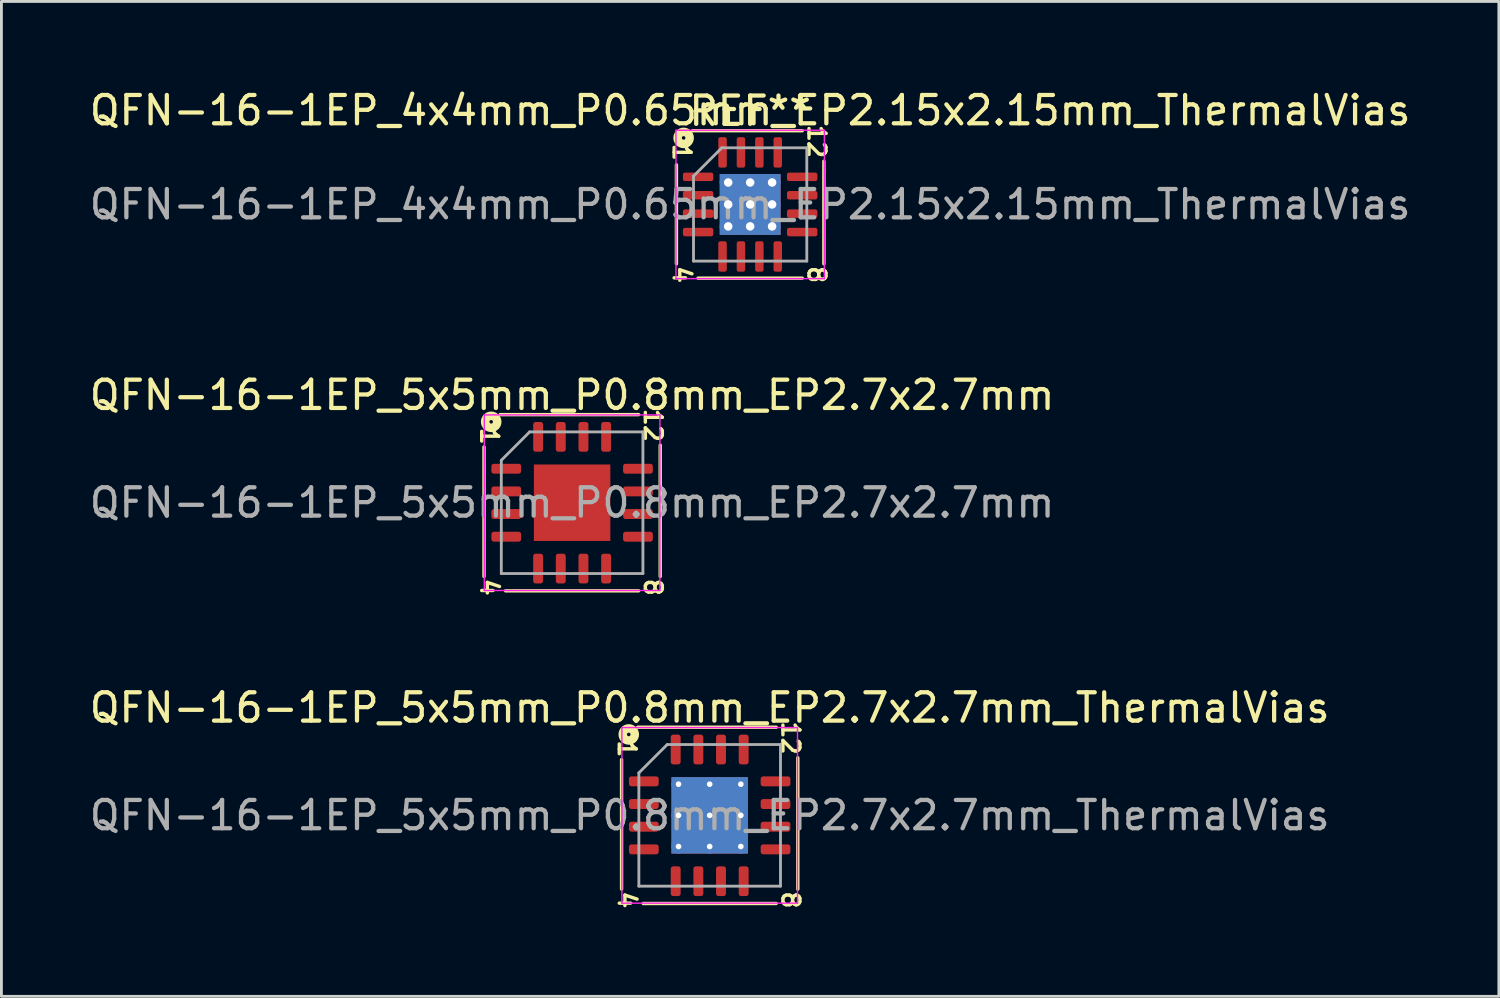
<source format=kicad_pcb>
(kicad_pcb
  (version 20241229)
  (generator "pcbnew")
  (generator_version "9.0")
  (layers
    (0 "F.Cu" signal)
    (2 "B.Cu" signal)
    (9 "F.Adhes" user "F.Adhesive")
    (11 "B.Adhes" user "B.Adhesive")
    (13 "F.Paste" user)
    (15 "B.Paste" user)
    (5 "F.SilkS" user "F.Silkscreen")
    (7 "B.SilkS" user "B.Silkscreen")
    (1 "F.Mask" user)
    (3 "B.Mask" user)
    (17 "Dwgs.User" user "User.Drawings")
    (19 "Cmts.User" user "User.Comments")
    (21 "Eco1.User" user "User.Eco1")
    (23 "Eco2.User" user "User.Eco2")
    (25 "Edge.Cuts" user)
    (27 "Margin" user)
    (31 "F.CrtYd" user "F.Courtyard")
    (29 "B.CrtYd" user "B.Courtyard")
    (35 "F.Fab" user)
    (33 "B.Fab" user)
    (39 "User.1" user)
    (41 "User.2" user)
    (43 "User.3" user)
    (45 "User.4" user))
  (footprint "QFN-16-1EP_4x4mm_P0.65mm_EP2.15x2.15mm_ThermalVias"
    (layer "F.Cu")
    (at 23.435 4.168)
    (property "Reference" "QFN-16-1EP_4x4mm_P0.65mm_EP2.15x2.15mm_ThermalVias" (at 0 -3.32 0) (layer "F.SilkS") (effects (font (size 1 1) (thickness 0.15))))
    (attr smd)
    (fp_line (start -2.603 -1.397) (end -2.603 2.095) (stroke (width 0.12) (type solid)) (layer "F.SilkS"))
    (fp_line (start -1.841 2.603) (end 1.841 2.603) (stroke (width 0.12) (type solid)) (layer "F.SilkS"))
    (fp_line (start 1.841 -2.603) (end -2.032 -2.603) (stroke (width 0.12) (type solid)) (layer "F.SilkS"))
    (fp_line (start 2.603 2.095) (end 2.603 -1.524) (stroke (width 0.12) (type solid)) (layer "F.SilkS"))
    (fp_circle (center -2.349 -2.349) (end -2.286 -2.349) (stroke (width 0.3) (type solid)) (fill no) (layer "F.SilkS"))
    (fp_line (start -2.62 -2.62) (end -2.62 2.62) (stroke (width 0.05) (type solid)) (layer "F.CrtYd"))
    (fp_line (start -2.62 2.62) (end 2.62 2.62) (stroke (width 0.05) (type solid)) (layer "F.CrtYd"))
    (fp_line (start 2.62 -2.62) (end -2.62 -2.62) (stroke (width 0.05) (type solid)) (layer "F.CrtYd"))
    (fp_line (start 2.62 2.62) (end 2.62 -2.62) (stroke (width 0.05) (type solid)) (layer "F.CrtYd"))
    (fp_line (start -2 -1) (end -1 -2) (stroke (width 0.1) (type solid)) (layer "F.Fab"))
    (fp_line (start -2 2) (end -2 -1) (stroke (width 0.1) (type solid)) (layer "F.Fab"))
    (fp_line (start -1 -2) (end 2 -2) (stroke (width 0.1) (type solid)) (layer "F.Fab"))
    (fp_line (start 2 -2) (end 2 2) (stroke (width 0.1) (type solid)) (layer "F.Fab"))
    (fp_line (start 2 2) (end -2 2) (stroke (width 0.1) (type solid)) (layer "F.Fab"))
    (fp_text user "8" (at 2.349 2.477 270) (unlocked yes) (layer "F.SilkS") (effects (font (size 0.6 0.6) (thickness 0.12))))
    (fp_text user "REF**" (at 0 -3.3 0) (layer "F.SilkS") (effects (font (size 1 1) (thickness 0.15))))
    (fp_text user "4" (at -2.413 2.477 270) (unlocked yes) (layer "F.SilkS") (effects (font (size 0.6 0.6) (thickness 0.12))))
    (fp_text user "12" (at 2.349 -2.223 270) (unlocked yes) (layer "F.SilkS") (effects (font (size 0.6 0.6) (thickness 0.12))))
    (fp_text user "1" (at -2.413 -1.841 270) (unlocked yes) (layer "F.SilkS") (effects (font (size 0.6 0.6) (thickness 0.12))))
    (fp_text user "${REFERENCE}" (at 0 0 0) (layer "F.Fab") (effects (font (size 1 1) (thickness 0.15))))
    (pad "" smd roundrect (at -0.54 -0.54) (size 0.93 0.93) (layers "F.Paste") (roundrect_rratio 0.25))
    (pad "" smd roundrect (at -0.54 0.54) (size 0.93 0.93) (layers "F.Paste") (roundrect_rratio 0.25))
    (pad "" smd roundrect (at 0.54 -0.54) (size 0.93 0.93) (layers "F.Paste") (roundrect_rratio 0.25))
    (pad "" smd roundrect (at 0.54 0.54) (size 0.93 0.93) (layers "F.Paste") (roundrect_rratio 0.25))
    (pad "1" smd roundrect (at -1.837 -0.975) (size 1.075 0.3) (layers "F.Cu" "F.Mask" "F.Paste") (roundrect_rratio 0.25))
    (pad "2" smd roundrect (at -1.837 -0.325) (size 1.075 0.3) (layers "F.Cu" "F.Mask" "F.Paste") (roundrect_rratio 0.25))
    (pad "3" smd roundrect (at -1.837 0.325) (size 1.075 0.3) (layers "F.Cu" "F.Mask" "F.Paste") (roundrect_rratio 0.25))
    (pad "4" smd roundrect (at -1.837 0.975) (size 1.075 0.3) (layers "F.Cu" "F.Mask" "F.Paste") (roundrect_rratio 0.25))
    (pad "5" smd roundrect (at -0.975 1.837) (size 0.3 1.075) (layers "F.Cu" "F.Mask" "F.Paste") (roundrect_rratio 0.25))
    (pad "6" smd roundrect (at -0.325 1.837) (size 0.3 1.075) (layers "F.Cu" "F.Mask" "F.Paste") (roundrect_rratio 0.25))
    (pad "7" smd roundrect (at 0.325 1.837) (size 0.3 1.075) (layers "F.Cu" "F.Mask" "F.Paste") (roundrect_rratio 0.25))
    (pad "8" smd roundrect (at 0.975 1.837) (size 0.3 1.075) (layers "F.Cu" "F.Mask" "F.Paste") (roundrect_rratio 0.25))
    (pad "9" smd roundrect (at 1.837 0.975) (size 1.075 0.3) (layers "F.Cu" "F.Mask" "F.Paste") (roundrect_rratio 0.25))
    (pad "10" smd roundrect (at 1.837 0.325) (size 1.075 0.3) (layers "F.Cu" "F.Mask" "F.Paste") (roundrect_rratio 0.25))
    (pad "11" smd roundrect (at 1.837 -0.325) (size 1.075 0.3) (layers "F.Cu" "F.Mask" "F.Paste") (roundrect_rratio 0.25))
    (pad "12" smd roundrect (at 1.837 -0.975) (size 1.075 0.3) (layers "F.Cu" "F.Mask" "F.Paste") (roundrect_rratio 0.25))
    (pad "13" smd roundrect (at 0.975 -1.837) (size 0.3 1.075) (layers "F.Cu" "F.Mask" "F.Paste") (roundrect_rratio 0.25))
    (pad "14" smd roundrect (at 0.325 -1.837) (size 0.3 1.075) (layers "F.Cu" "F.Mask" "F.Paste") (roundrect_rratio 0.25))
    (pad "15" smd roundrect (at -0.325 -1.837) (size 0.3 1.075) (layers "F.Cu" "F.Mask" "F.Paste") (roundrect_rratio 0.25))
    (pad "16" smd roundrect (at -0.975 -1.837) (size 0.3 1.075) (layers "F.Cu" "F.Mask" "F.Paste") (roundrect_rratio 0.25))
    (pad "17" thru_hole circle (at -0.775 -0.775) (size 0.6 0.6) (drill 0.3) (layers "*.Cu"))
    (pad "17" thru_hole circle (at -0.775 0) (size 0.6 0.6) (drill 0.3) (layers "*.Cu"))
    (pad "17" thru_hole circle (at -0.775 0.775) (size 0.6 0.6) (drill 0.3) (layers "*.Cu"))
    (pad "17" thru_hole circle (at 0 -0.775) (size 0.6 0.6) (drill 0.3) (layers "*.Cu"))
    (pad "17" thru_hole circle (at 0 0) (size 0.6 0.6) (drill 0.3) (layers "*.Cu"))
    (pad "17" smd rect (at 0 0) (size 2.15 2.15) (layers "F.Cu" "F.Mask"))
    (pad "17" smd rect (at 0 0) (size 2.15 2.15) (layers "B.Cu" "B.Mask"))
    (pad "17" thru_hole circle (at 0 0.775) (size 0.6 0.6) (drill 0.3) (layers "*.Cu"))
    (pad "17" thru_hole circle (at 0.775 -0.775) (size 0.6 0.6) (drill 0.3) (layers "*.Cu"))
    (pad "17" thru_hole circle (at 0.775 0) (size 0.6 0.6) (drill 0.3) (layers "*.Cu"))
    (pad "17" thru_hole circle (at 0.775 0.775) (size 0.6 0.6) (drill 0.3) (layers "*.Cu")))
  (footprint "QFN-16-1EP_5x5mm_P0.8mm_EP2.7x2.7mm"
    (layer "F.Cu")
    (at 17.149 14.699)
    (property "Reference" "QFN-16-1EP_5x5mm_P0.8mm_EP2.7x2.7mm" (at 0 -3.8 0) (layer "F.SilkS") (effects (font (size 1 1) (thickness 0.15))))
    (attr smd)
    (fp_line (start -3.111 -1.968) (end -3.111 2.603) (stroke (width 0.12) (type solid)) (layer "F.SilkS"))
    (fp_line (start -2.349 3.111) (end 2.349 3.111) (stroke (width 0.12) (type solid)) (layer "F.SilkS"))
    (fp_line (start 2.349 -3.111) (end -2.54 -3.111) (stroke (width 0.12) (type solid)) (layer "F.SilkS"))
    (fp_line (start 3.111 2.603) (end 3.111 -2.032) (stroke (width 0.12) (type solid)) (layer "F.SilkS"))
    (fp_circle (center -2.857 -2.857) (end -2.794 -2.857) (stroke (width 0.3) (type solid)) (fill no) (layer "F.SilkS"))
    (fp_line (start -3.1 -3.1) (end -3.1 3.1) (stroke (width 0.05) (type solid)) (layer "F.CrtYd"))
    (fp_line (start -3.1 3.1) (end 3.1 3.1) (stroke (width 0.05) (type solid)) (layer "F.CrtYd"))
    (fp_line (start 3.1 -3.1) (end -3.1 -3.1) (stroke (width 0.05) (type solid)) (layer "F.CrtYd"))
    (fp_line (start 3.1 3.1) (end 3.1 -3.1) (stroke (width 0.05) (type solid)) (layer "F.CrtYd"))
    (fp_line (start -2.5 -1.5) (end -1.5 -2.5) (stroke (width 0.1) (type solid)) (layer "F.Fab"))
    (fp_line (start -2.5 2.5) (end -2.5 -1.5) (stroke (width 0.1) (type solid)) (layer "F.Fab"))
    (fp_line (start -1.5 -2.5) (end 2.5 -2.5) (stroke (width 0.1) (type solid)) (layer "F.Fab"))
    (fp_line (start 2.5 -2.5) (end 2.5 2.5) (stroke (width 0.1) (type solid)) (layer "F.Fab"))
    (fp_line (start 2.5 2.5) (end -2.5 2.5) (stroke (width 0.1) (type solid)) (layer "F.Fab"))
    (fp_text user "1" (at -2.921 -2.349 270) (unlocked yes) (layer "F.SilkS") (effects (font (size 0.6 0.6) (thickness 0.12))))
    (fp_text user "12" (at 2.857 -2.731 270) (unlocked yes) (layer "F.SilkS") (effects (font (size 0.6 0.6) (thickness 0.12))))
    (fp_text user "4" (at -2.921 2.985 270) (unlocked yes) (layer "F.SilkS") (effects (font (size 0.6 0.6) (thickness 0.12))))
    (fp_text user "8" (at 2.857 2.985 270) (unlocked yes) (layer "F.SilkS") (effects (font (size 0.6 0.6) (thickness 0.12))))
    (fp_text user "${REFERENCE}" (at 0 0 0) (layer "F.Fab") (effects (font (size 1 1) (thickness 0.15))))
    (pad "" smd roundrect (at -0.675 -0.675) (size 1.09 1.09) (layers "F.Paste") (roundrect_rratio 0.229))
    (pad "" smd roundrect (at -0.675 0.675) (size 1.09 1.09) (layers "F.Paste") (roundrect_rratio 0.229))
    (pad "" smd roundrect (at 0.675 -0.675) (size 1.09 1.09) (layers "F.Paste") (roundrect_rratio 0.229))
    (pad "" smd roundrect (at 0.675 0.675) (size 1.09 1.09) (layers "F.Paste") (roundrect_rratio 0.229))
    (pad "1" smd roundrect (at -2.325 -1.2) (size 1.05 0.35) (layers "F.Cu" "F.Mask" "F.Paste") (roundrect_rratio 0.25))
    (pad "2" smd roundrect (at -2.325 -0.4) (size 1.05 0.35) (layers "F.Cu" "F.Mask" "F.Paste") (roundrect_rratio 0.25))
    (pad "3" smd roundrect (at -2.325 0.4) (size 1.05 0.35) (layers "F.Cu" "F.Mask" "F.Paste") (roundrect_rratio 0.25))
    (pad "4" smd roundrect (at -2.325 1.2) (size 1.05 0.35) (layers "F.Cu" "F.Mask" "F.Paste") (roundrect_rratio 0.25))
    (pad "5" smd roundrect (at -1.2 2.325) (size 0.35 1.05) (layers "F.Cu" "F.Mask" "F.Paste") (roundrect_rratio 0.25))
    (pad "6" smd roundrect (at -0.4 2.325) (size 0.35 1.05) (layers "F.Cu" "F.Mask" "F.Paste") (roundrect_rratio 0.25))
    (pad "7" smd roundrect (at 0.4 2.325) (size 0.35 1.05) (layers "F.Cu" "F.Mask" "F.Paste") (roundrect_rratio 0.25))
    (pad "8" smd roundrect (at 1.2 2.325) (size 0.35 1.05) (layers "F.Cu" "F.Mask" "F.Paste") (roundrect_rratio 0.25))
    (pad "9" smd roundrect (at 2.325 1.2) (size 1.05 0.35) (layers "F.Cu" "F.Mask" "F.Paste") (roundrect_rratio 0.25))
    (pad "10" smd roundrect (at 2.325 0.4) (size 1.05 0.35) (layers "F.Cu" "F.Mask" "F.Paste") (roundrect_rratio 0.25))
    (pad "11" smd roundrect (at 2.325 -0.4) (size 1.05 0.35) (layers "F.Cu" "F.Mask" "F.Paste") (roundrect_rratio 0.25))
    (pad "12" smd roundrect (at 2.325 -1.2) (size 1.05 0.35) (layers "F.Cu" "F.Mask" "F.Paste") (roundrect_rratio 0.25))
    (pad "13" smd roundrect (at 1.2 -2.325) (size 0.35 1.05) (layers "F.Cu" "F.Mask" "F.Paste") (roundrect_rratio 0.25))
    (pad "14" smd roundrect (at 0.4 -2.325) (size 0.35 1.05) (layers "F.Cu" "F.Mask" "F.Paste") (roundrect_rratio 0.25))
    (pad "15" smd roundrect (at -0.4 -2.325) (size 0.35 1.05) (layers "F.Cu" "F.Mask" "F.Paste") (roundrect_rratio 0.25))
    (pad "16" smd roundrect (at -1.2 -2.325) (size 0.35 1.05) (layers "F.Cu" "F.Mask" "F.Paste") (roundrect_rratio 0.25))
    (pad "17" smd rect (at 0 0) (size 2.7 2.7) (layers "F.Cu" "F.Mask")))
  (footprint "QFN-16-1EP_5x5mm_P0.8mm_EP2.7x2.7mm_ThermalVias"
    (layer "F.Cu")
    (at 22.006 25.737)
    (property "Reference" "QFN-16-1EP_5x5mm_P0.8mm_EP2.7x2.7mm_ThermalVias" (at 0 -3.8 0) (layer "F.SilkS") (effects (font (size 1 1) (thickness 0.15))))
    (attr smd)
    (fp_line (start -3.111 -1.968) (end -3.111 2.603) (stroke (width 0.12) (type solid)) (layer "F.SilkS"))
    (fp_line (start -2.349 3.111) (end 2.349 3.111) (stroke (width 0.12) (type solid)) (layer "F.SilkS"))
    (fp_line (start 2.349 -3.111) (end -2.54 -3.111) (stroke (width 0.12) (type solid)) (layer "F.SilkS"))
    (fp_line (start 3.111 2.603) (end 3.111 -2.032) (stroke (width 0.12) (type solid)) (layer "F.SilkS"))
    (fp_circle (center -2.857 -2.857) (end -2.794 -2.857) (stroke (width 0.3) (type solid)) (fill no) (layer "F.SilkS"))
    (fp_line (start -3.1 -3.1) (end -3.1 3.1) (stroke (width 0.05) (type solid)) (layer "F.CrtYd"))
    (fp_line (start -3.1 3.1) (end 3.1 3.1) (stroke (width 0.05) (type solid)) (layer "F.CrtYd"))
    (fp_line (start 3.1 -3.1) (end -3.1 -3.1) (stroke (width 0.05) (type solid)) (layer "F.CrtYd"))
    (fp_line (start 3.1 3.1) (end 3.1 -3.1) (stroke (width 0.05) (type solid)) (layer "F.CrtYd"))
    (fp_line (start -2.5 -1.5) (end -1.5 -2.5) (stroke (width 0.1) (type solid)) (layer "F.Fab"))
    (fp_line (start -2.5 2.5) (end -2.5 -1.5) (stroke (width 0.1) (type solid)) (layer "F.Fab"))
    (fp_line (start -1.5 -2.5) (end 2.5 -2.5) (stroke (width 0.1) (type solid)) (layer "F.Fab"))
    (fp_line (start 2.5 -2.5) (end 2.5 2.5) (stroke (width 0.1) (type solid)) (layer "F.Fab"))
    (fp_line (start 2.5 2.5) (end -2.5 2.5) (stroke (width 0.1) (type solid)) (layer "F.Fab"))
    (fp_text user "12" (at 2.857 -2.731 270) (unlocked yes) (layer "F.SilkS") (effects (font (size 0.6 0.6) (thickness 0.12))))
    (fp_text user "8" (at 2.857 2.985 270) (unlocked yes) (layer "F.SilkS") (effects (font (size 0.6 0.6) (thickness 0.12))))
    (fp_text user "1" (at -2.921 -2.349 270) (unlocked yes) (layer "F.SilkS") (effects (font (size 0.6 0.6) (thickness 0.12))))
    (fp_text user "4" (at -2.921 2.985 270) (unlocked yes) (layer "F.SilkS") (effects (font (size 0.6 0.6) (thickness 0.12))))
    (fp_text user "${REFERENCE}" (at 0 0 0) (layer "F.Fab") (effects (font (size 1 1) (thickness 0.15))))
    (pad "" smd roundrect (at -0.675 -0.675) (size 1.17 1.17) (layers "F.Paste") (roundrect_rratio 0.214))
    (pad "" smd roundrect (at -0.675 0.675) (size 1.17 1.17) (layers "F.Paste") (roundrect_rratio 0.214))
    (pad "" smd roundrect (at 0.675 -0.675) (size 1.17 1.17) (layers "F.Paste") (roundrect_rratio 0.214))
    (pad "" smd roundrect (at 0.675 0.675) (size 1.17 1.17) (layers "F.Paste") (roundrect_rratio 0.214))
    (pad "1" smd roundrect (at -2.325 -1.2) (size 1.05 0.35) (layers "F.Cu" "F.Mask" "F.Paste") (roundrect_rratio 0.25))
    (pad "2" smd roundrect (at -2.325 -0.4) (size 1.05 0.35) (layers "F.Cu" "F.Mask" "F.Paste") (roundrect_rratio 0.25))
    (pad "3" smd roundrect (at -2.325 0.4) (size 1.05 0.35) (layers "F.Cu" "F.Mask" "F.Paste") (roundrect_rratio 0.25))
    (pad "4" smd roundrect (at -2.325 1.2) (size 1.05 0.35) (layers "F.Cu" "F.Mask" "F.Paste") (roundrect_rratio 0.25))
    (pad "5" smd roundrect (at -1.2 2.325) (size 0.35 1.05) (layers "F.Cu" "F.Mask" "F.Paste") (roundrect_rratio 0.25))
    (pad "6" smd roundrect (at -0.4 2.325) (size 0.35 1.05) (layers "F.Cu" "F.Mask" "F.Paste") (roundrect_rratio 0.25))
    (pad "7" smd roundrect (at 0.4 2.325) (size 0.35 1.05) (layers "F.Cu" "F.Mask" "F.Paste") (roundrect_rratio 0.25))
    (pad "8" smd roundrect (at 1.2 2.325) (size 0.35 1.05) (layers "F.Cu" "F.Mask" "F.Paste") (roundrect_rratio 0.25))
    (pad "9" smd roundrect (at 2.325 1.2) (size 1.05 0.35) (layers "F.Cu" "F.Mask" "F.Paste") (roundrect_rratio 0.25))
    (pad "10" smd roundrect (at 2.325 0.4) (size 1.05 0.35) (layers "F.Cu" "F.Mask" "F.Paste") (roundrect_rratio 0.25))
    (pad "11" smd roundrect (at 2.325 -0.4) (size 1.05 0.35) (layers "F.Cu" "F.Mask" "F.Paste") (roundrect_rratio 0.25))
    (pad "12" smd roundrect (at 2.325 -1.2) (size 1.05 0.35) (layers "F.Cu" "F.Mask" "F.Paste") (roundrect_rratio 0.25))
    (pad "13" smd roundrect (at 1.2 -2.325) (size 0.35 1.05) (layers "F.Cu" "F.Mask" "F.Paste") (roundrect_rratio 0.25))
    (pad "14" smd roundrect (at 0.4 -2.325) (size 0.35 1.05) (layers "F.Cu" "F.Mask" "F.Paste") (roundrect_rratio 0.25))
    (pad "15" smd roundrect (at -0.4 -2.325) (size 0.35 1.05) (layers "F.Cu" "F.Mask" "F.Paste") (roundrect_rratio 0.25))
    (pad "16" smd roundrect (at -1.2 -2.325) (size 0.35 1.05) (layers "F.Cu" "F.Mask" "F.Paste") (roundrect_rratio 0.25))
    (pad "17" thru_hole circle (at -1.1 -1.1) (size 0.5 0.5) (drill 0.2) (layers "*.Cu"))
    (pad "17" thru_hole circle (at -1.1 0) (size 0.5 0.5) (drill 0.2) (layers "*.Cu"))
    (pad "17" thru_hole circle (at -1.1 1.1) (size 0.5 0.5) (drill 0.2) (layers "*.Cu"))
    (pad "17" thru_hole circle (at 0 -1.1) (size 0.5 0.5) (drill 0.2) (layers "*.Cu"))
    (pad "17" thru_hole circle (at 0 0) (size 0.5 0.5) (drill 0.2) (layers "*.Cu"))
    (pad "17" smd rect (at 0 0) (size 2.7 2.7) (layers "F.Cu" "F.Mask"))
    (pad "17" smd rect (at 0 0) (size 2.7 2.7) (layers "B.Cu" "B.Mask"))
    (pad "17" thru_hole circle (at 0 1.1) (size 0.5 0.5) (drill 0.2) (layers "*.Cu"))
    (pad "17" thru_hole circle (at 1.1 -1.1) (size 0.5 0.5) (drill 0.2) (layers "*.Cu"))
    (pad "17" thru_hole circle (at 1.1 0) (size 0.5 0.5) (drill 0.2) (layers "*.Cu"))
    (pad "17" thru_hole circle (at 1.1 1.1) (size 0.5 0.5) (drill 0.2) (layers "*.Cu")))
  (gr_rect
    (start -3 -3)
    (end 49.869 32.127)
    (stroke (width 0.1) (type default))
    (fill no)
    (layer "Edge.Cuts")))
</source>
